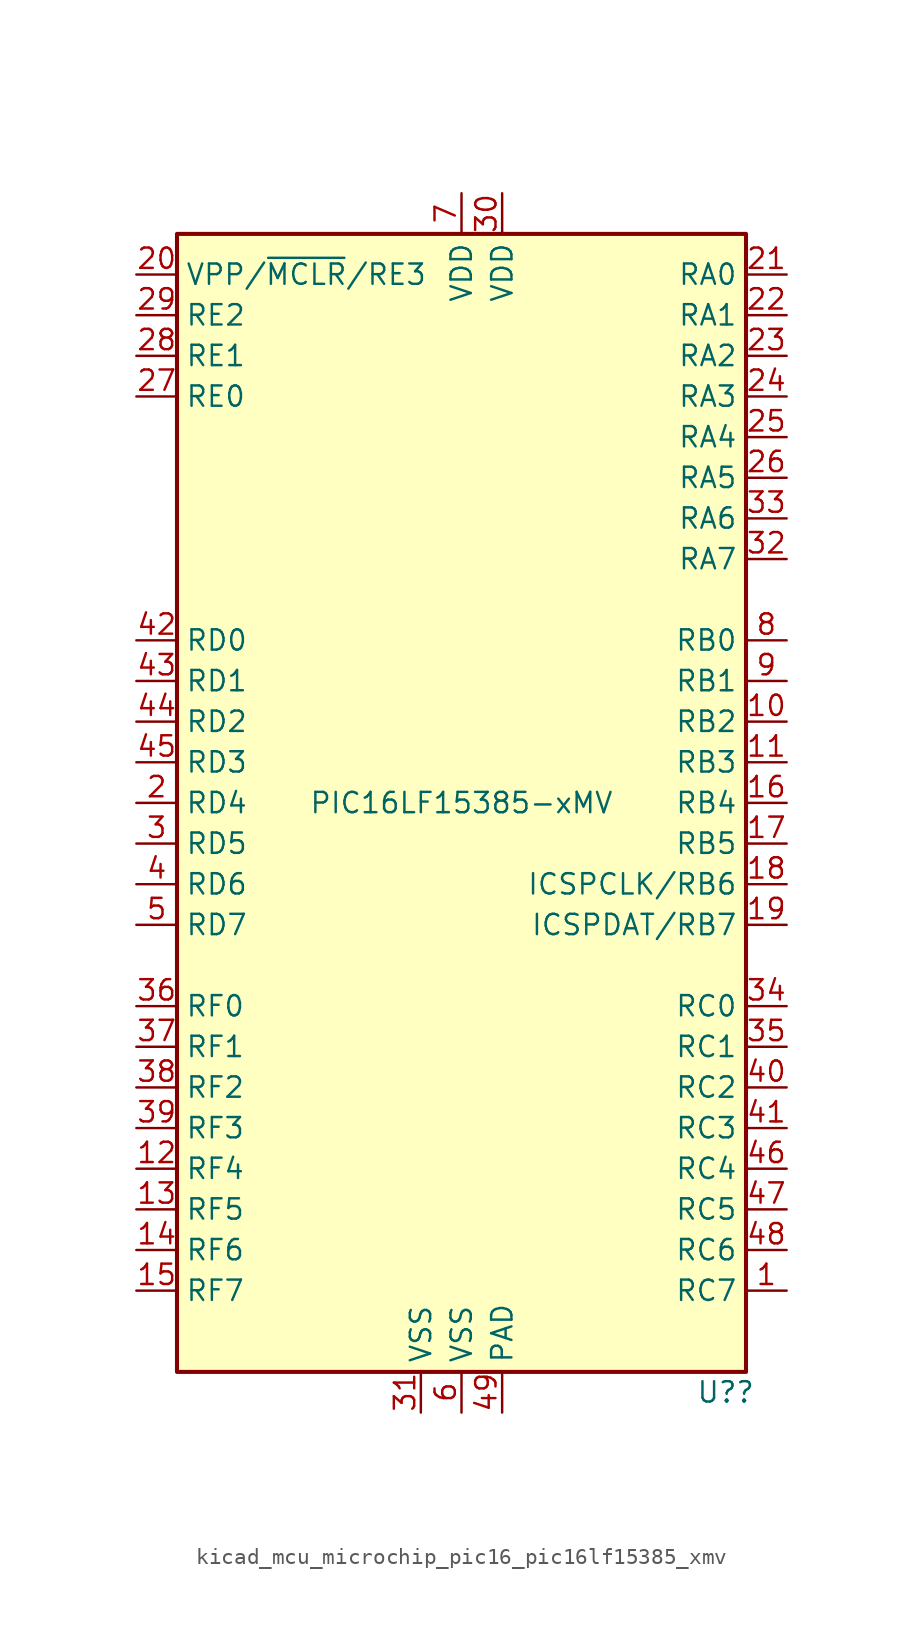
<source format=kicad_sym>
(kicad_symbol_lib
  (version 20220914)
  (generator kicad_symbol_editor)
  (symbol "kicad_mcu_microchip_pic16_pic16lf15385_xmv"
    (property "Reference" "U?"
      (at 16.51 -36.83 0)
      (effects (font (size 1.27 1.27))))
    (property "Value" "PIC16LF15385-xMV"
      (at 0 0 0)
      (effects (font (size 1.27 1.27))))
    (symbol "kicad_mcu_microchip_pic16_pic16lf15385_xmv_0_0"
      (pin bidirectional line (at -20.32 -2.54 0) (length 2.54) (name "RD5" (effects (font (size 1.27 1.27)))) (number "3" (effects (font (size 1.27 1.27)))))
      (pin bidirectional line (at -20.32 -5.08 0) (length 2.54) (name "RD6" (effects (font (size 1.27 1.27)))) (number "4" (effects (font (size 1.27 1.27)))))
      (pin power_in line (at 2.54 -38.1 90) (length 2.54) (name "PAD" (effects (font (size 1.27 1.27)))) (number "49" (effects (font (size 1.27 1.27))))))
    (symbol "kicad_mcu_microchip_pic16_pic16lf15385_xmv_0_1"
      (rectangle (start -17.78 35.56) (end 17.78 -35.56) (stroke (width 0.254) (type default)) (fill (type background))))
    (symbol "kicad_mcu_microchip_pic16_pic16lf15385_xmv_1_1"
      (pin bidirectional line (at 20.32 -30.48 180) (length 2.54) (name "RC7" (effects (font (size 1.27 1.27)))) (number "1" (effects (font (size 1.27 1.27)))))
      (pin bidirectional line (at 20.32 5.08 180) (length 2.54) (name "RB2" (effects (font (size 1.27 1.27)))) (number "10" (effects (font (size 1.27 1.27)))))
      (pin bidirectional line (at 20.32 2.54 180) (length 2.54) (name "RB3" (effects (font (size 1.27 1.27)))) (number "11" (effects (font (size 1.27 1.27)))))
      (pin bidirectional line (at -20.32 -22.86 0) (length 2.54) (name "RF4" (effects (font (size 1.27 1.27)))) (number "12" (effects (font (size 1.27 1.27)))))
      (pin bidirectional line (at -20.32 -25.4 0) (length 2.54) (name "RF5" (effects (font (size 1.27 1.27)))) (number "13" (effects (font (size 1.27 1.27)))))
      (pin bidirectional line (at -20.32 -27.94 0) (length 2.54) (name "RF6" (effects (font (size 1.27 1.27)))) (number "14" (effects (font (size 1.27 1.27)))))
      (pin bidirectional line (at -20.32 -30.48 0) (length 2.54) (name "RF7" (effects (font (size 1.27 1.27)))) (number "15" (effects (font (size 1.27 1.27)))))
      (pin bidirectional line (at 20.32 0 180) (length 2.54) (name "RB4" (effects (font (size 1.27 1.27)))) (number "16" (effects (font (size 1.27 1.27)))))
      (pin bidirectional line (at 20.32 -2.54 180) (length 2.54) (name "RB5" (effects (font (size 1.27 1.27)))) (number "17" (effects (font (size 1.27 1.27)))))
      (pin bidirectional line (at 20.32 -5.08 180) (length 2.54) (name "ICSPCLK/RB6" (effects (font (size 1.27 1.27)))) (number "18" (effects (font (size 1.27 1.27)))))
      (pin bidirectional line (at 20.32 -7.62 180) (length 2.54) (name "ICSPDAT/RB7" (effects (font (size 1.27 1.27)))) (number "19" (effects (font (size 1.27 1.27)))))
      (pin bidirectional line (at -20.32 0 0) (length 2.54) (name "RD4" (effects (font (size 1.27 1.27)))) (number "2" (effects (font (size 1.27 1.27)))))
      (pin bidirectional line (at -20.32 33.02 0) (length 2.54) (name "VPP/~{MCLR}/RE3" (effects (font (size 1.27 1.27)))) (number "20" (effects (font (size 1.27 1.27)))))
      (pin bidirectional line (at 20.32 33.02 180) (length 2.54) (name "RA0" (effects (font (size 1.27 1.27)))) (number "21" (effects (font (size 1.27 1.27)))))
      (pin bidirectional line (at 20.32 30.48 180) (length 2.54) (name "RA1" (effects (font (size 1.27 1.27)))) (number "22" (effects (font (size 1.27 1.27)))))
      (pin bidirectional line (at 20.32 27.94 180) (length 2.54) (name "RA2" (effects (font (size 1.27 1.27)))) (number "23" (effects (font (size 1.27 1.27)))))
      (pin bidirectional line (at 20.32 25.4 180) (length 2.54) (name "RA3" (effects (font (size 1.27 1.27)))) (number "24" (effects (font (size 1.27 1.27)))))
      (pin bidirectional line (at 20.32 22.86 180) (length 2.54) (name "RA4" (effects (font (size 1.27 1.27)))) (number "25" (effects (font (size 1.27 1.27)))))
      (pin bidirectional line (at 20.32 20.32 180) (length 2.54) (name "RA5" (effects (font (size 1.27 1.27)))) (number "26" (effects (font (size 1.27 1.27)))))
      (pin bidirectional line (at -20.32 25.4 0) (length 2.54) (name "RE0" (effects (font (size 1.27 1.27)))) (number "27" (effects (font (size 1.27 1.27)))))
      (pin bidirectional line (at -20.32 27.94 0) (length 2.54) (name "RE1" (effects (font (size 1.27 1.27)))) (number "28" (effects (font (size 1.27 1.27)))))
      (pin bidirectional line (at -20.32 30.48 0) (length 2.54) (name "RE2" (effects (font (size 1.27 1.27)))) (number "29" (effects (font (size 1.27 1.27)))))
      (pin power_in line (at 2.54 38.1 270) (length 2.54) (name "VDD" (effects (font (size 1.27 1.27)))) (number "30" (effects (font (size 1.27 1.27)))))
      (pin power_in line (at -2.54 -38.1 90) (length 2.54) (name "VSS" (effects (font (size 1.27 1.27)))) (number "31" (effects (font (size 1.27 1.27)))))
      (pin bidirectional line (at 20.32 15.24 180) (length 2.54) (name "RA7" (effects (font (size 1.27 1.27)))) (number "32" (effects (font (size 1.27 1.27)))))
      (pin bidirectional line (at 20.32 17.78 180) (length 2.54) (name "RA6" (effects (font (size 1.27 1.27)))) (number "33" (effects (font (size 1.27 1.27)))))
      (pin bidirectional line (at 20.32 -12.7 180) (length 2.54) (name "RC0" (effects (font (size 1.27 1.27)))) (number "34" (effects (font (size 1.27 1.27)))))
      (pin bidirectional line (at 20.32 -15.24 180) (length 2.54) (name "RC1" (effects (font (size 1.27 1.27)))) (number "35" (effects (font (size 1.27 1.27)))))
      (pin bidirectional line (at -20.32 -12.7 0) (length 2.54) (name "RF0" (effects (font (size 1.27 1.27)))) (number "36" (effects (font (size 1.27 1.27)))))
      (pin bidirectional line (at -20.32 -15.24 0) (length 2.54) (name "RF1" (effects (font (size 1.27 1.27)))) (number "37" (effects (font (size 1.27 1.27)))))
      (pin bidirectional line (at -20.32 -17.78 0) (length 2.54) (name "RF2" (effects (font (size 1.27 1.27)))) (number "38" (effects (font (size 1.27 1.27)))))
      (pin bidirectional line (at -20.32 -20.32 0) (length 2.54) (name "RF3" (effects (font (size 1.27 1.27)))) (number "39" (effects (font (size 1.27 1.27)))))
      (pin bidirectional line (at 20.32 -17.78 180) (length 2.54) (name "RC2" (effects (font (size 1.27 1.27)))) (number "40" (effects (font (size 1.27 1.27)))))
      (pin bidirectional line (at 20.32 -20.32 180) (length 2.54) (name "RC3" (effects (font (size 1.27 1.27)))) (number "41" (effects (font (size 1.27 1.27)))))
      (pin bidirectional line (at -20.32 10.16 0) (length 2.54) (name "RD0" (effects (font (size 1.27 1.27)))) (number "42" (effects (font (size 1.27 1.27)))))
      (pin bidirectional line (at -20.32 7.62 0) (length 2.54) (name "RD1" (effects (font (size 1.27 1.27)))) (number "43" (effects (font (size 1.27 1.27)))))
      (pin bidirectional line (at -20.32 5.08 0) (length 2.54) (name "RD2" (effects (font (size 1.27 1.27)))) (number "44" (effects (font (size 1.27 1.27)))))
      (pin bidirectional line (at -20.32 2.54 0) (length 2.54) (name "RD3" (effects (font (size 1.27 1.27)))) (number "45" (effects (font (size 1.27 1.27)))))
      (pin bidirectional line (at 20.32 -22.86 180) (length 2.54) (name "RC4" (effects (font (size 1.27 1.27)))) (number "46" (effects (font (size 1.27 1.27)))))
      (pin bidirectional line (at 20.32 -25.4 180) (length 2.54) (name "RC5" (effects (font (size 1.27 1.27)))) (number "47" (effects (font (size 1.27 1.27)))))
      (pin bidirectional line (at 20.32 -27.94 180) (length 2.54) (name "RC6" (effects (font (size 1.27 1.27)))) (number "48" (effects (font (size 1.27 1.27)))))
      (pin bidirectional line (at -20.32 -7.62 0) (length 2.54) (name "RD7" (effects (font (size 1.27 1.27)))) (number "5" (effects (font (size 1.27 1.27)))))
      (pin power_in line (at 0 -38.1 90) (length 2.54) (name "VSS" (effects (font (size 1.27 1.27)))) (number "6" (effects (font (size 1.27 1.27)))))
      (pin power_in line (at 0 38.1 270) (length 2.54) (name "VDD" (effects (font (size 1.27 1.27)))) (number "7" (effects (font (size 1.27 1.27)))))
      (pin bidirectional line (at 20.32 10.16 180) (length 2.54) (name "RB0" (effects (font (size 1.27 1.27)))) (number "8" (effects (font (size 1.27 1.27)))))
      (pin bidirectional line (at 20.32 7.62 180) (length 2.54) (name "RB1" (effects (font (size 1.27 1.27)))) (number "9" (effects (font (size 1.27 1.27))))))))
</source>
